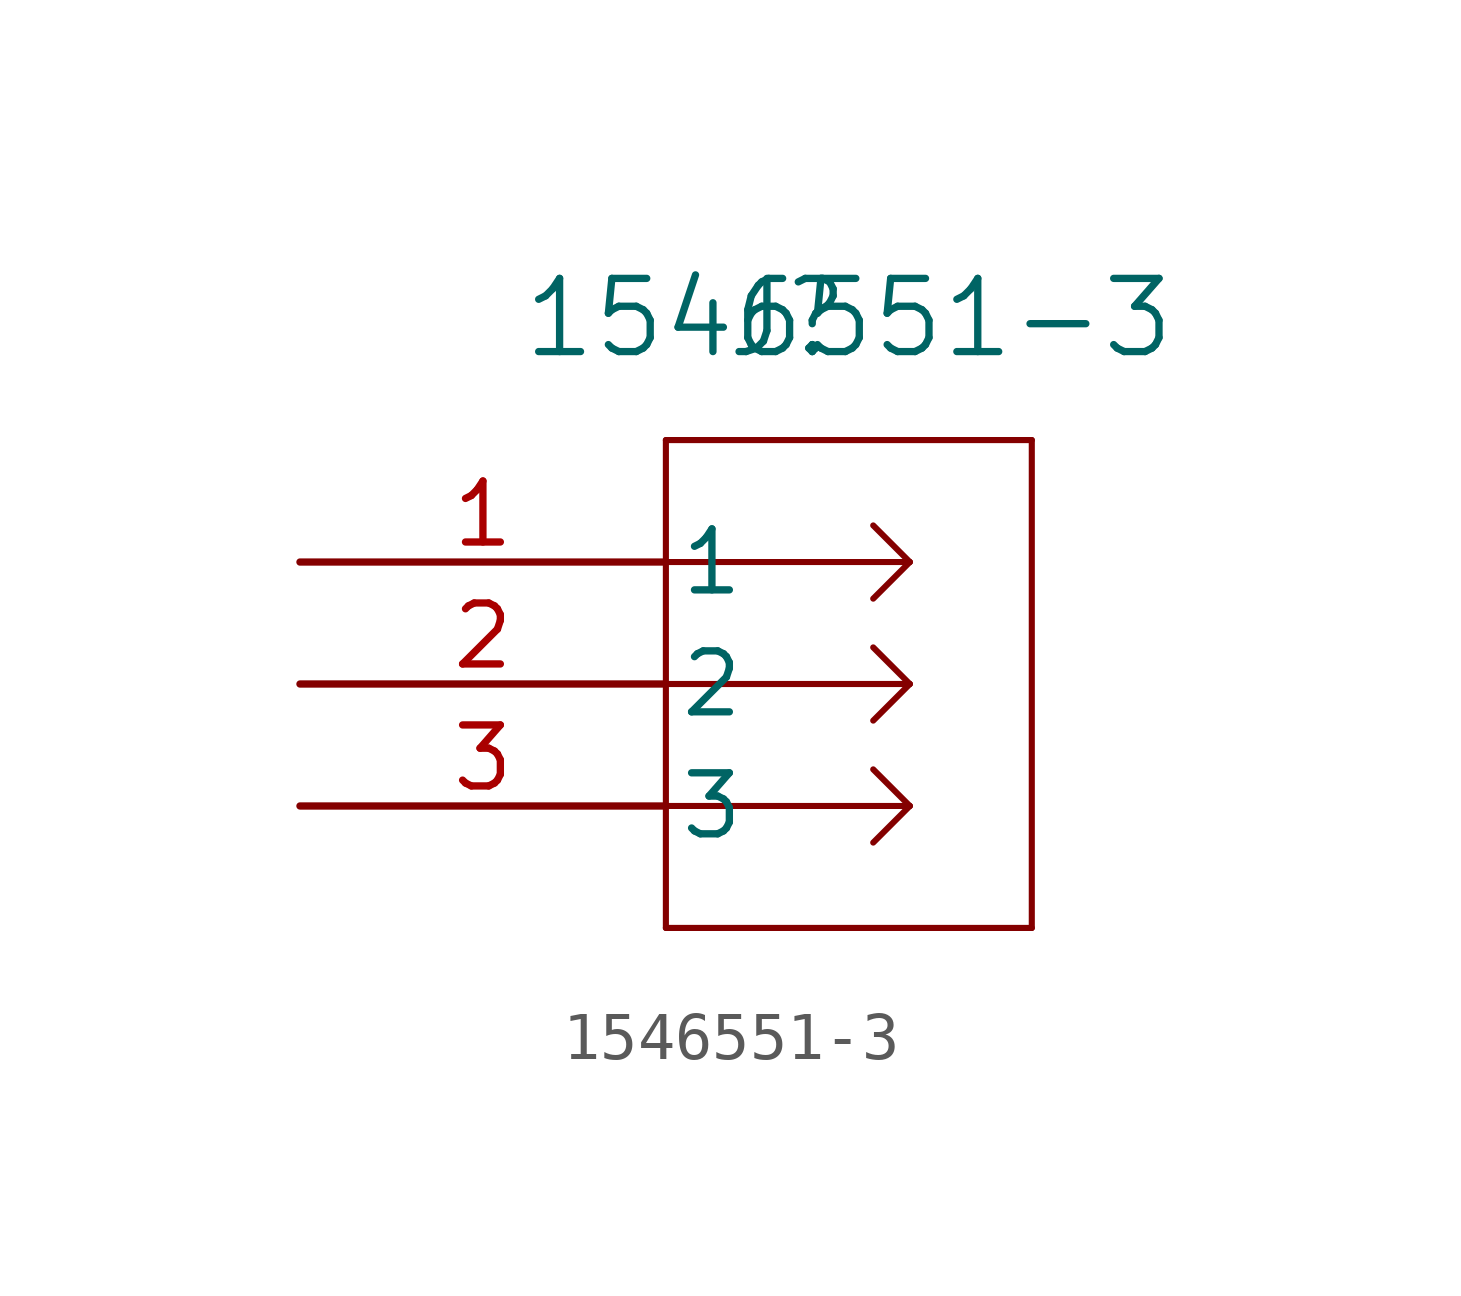
<source format=kicad_sym>
(kicad_symbol_lib
  (version 20211014)
  (generator kicad_symbol_editor)
  (symbol "1546551-3"
    (pin_names
      (offset 0.254))
    (property "Reference" "J"
      (at 10.16 5.08 0)
      (effects (font (size 1.524 1.524))))
    (property "Value" "1546551-3"
      (at 11.43 5.08 0)
      (effects (font (size 1.524 1.524))))
    (symbol "1546551-3_0_1"
      (polyline (pts (xy 7.62 2.54) (xy 7.62 -7.62)) (stroke (width 0.127) (type default) (color 0 0 0 0)) (fill (type none)))
      (polyline (pts (xy 7.62 -7.62) (xy 15.24 -7.62)) (stroke (width 0.127) (type default) (color 0 0 0 0)) (fill (type none)))
      (polyline (pts (xy 15.24 -7.62) (xy 15.24 2.54)) (stroke (width 0.127) (type default) (color 0 0 0 0)) (fill (type none)))
      (polyline (pts (xy 15.24 2.54) (xy 7.62 2.54)) (stroke (width 0.127) (type default) (color 0 0 0 0)) (fill (type none)))
      (polyline (pts (xy 7.62 0) (xy 12.7 0)) (stroke (width 0.127) (type default) (color 0 0 0 0)) (fill (type none)))
      (polyline (pts (xy 7.62 -2.54) (xy 12.7 -2.54)) (stroke (width 0.127) (type default) (color 0 0 0 0)) (fill (type none)))
      (polyline (pts (xy 7.62 -5.08) (xy 12.7 -5.08)) (stroke (width 0.127) (type default) (color 0 0 0 0)) (fill (type none)))
      (polyline (pts (xy 12.7 0) (xy 11.938 0.762)) (stroke (width 0.127) (type default) (color 0 0 0 0)) (fill (type none)))
      (polyline (pts (xy 12.7 0) (xy 11.938 -0.762)) (stroke (width 0.127) (type default) (color 0 0 0 0)) (fill (type none)))
      (polyline (pts (xy 12.7 -2.54) (xy 11.938 -1.778)) (stroke (width 0.127) (type default) (color 0 0 0 0)) (fill (type none)))
      (polyline (pts (xy 12.7 -2.54) (xy 11.938 -3.302)) (stroke (width 0.127) (type default) (color 0 0 0 0)) (fill (type none)))
      (polyline (pts (xy 12.7 -5.08) (xy 11.938 -4.318)) (stroke (width 0.127) (type default) (color 0 0 0 0)) (fill (type none)))
      (polyline (pts (xy 12.7 -5.08) (xy 11.938 -5.842)) (stroke (width 0.127) (type default) (color 0 0 0 0)) (fill (type none)))
      (pin unspecified line (at 0 0 0) (length 7.62) (name "1" (effects (font (size 1.27 1.27)))) (number "1" (effects (font (size 1.27 1.27)))))
      (pin unspecified line (at 0 -2.54 0) (length 7.62) (name "2" (effects (font (size 1.27 1.27)))) (number "2" (effects (font (size 1.27 1.27)))))
      (pin unspecified line (at 0 -5.08 0) (length 7.62) (name "3" (effects (font (size 1.27 1.27)))) (number "3" (effects (font (size 1.27 1.27))))))))
</source>
